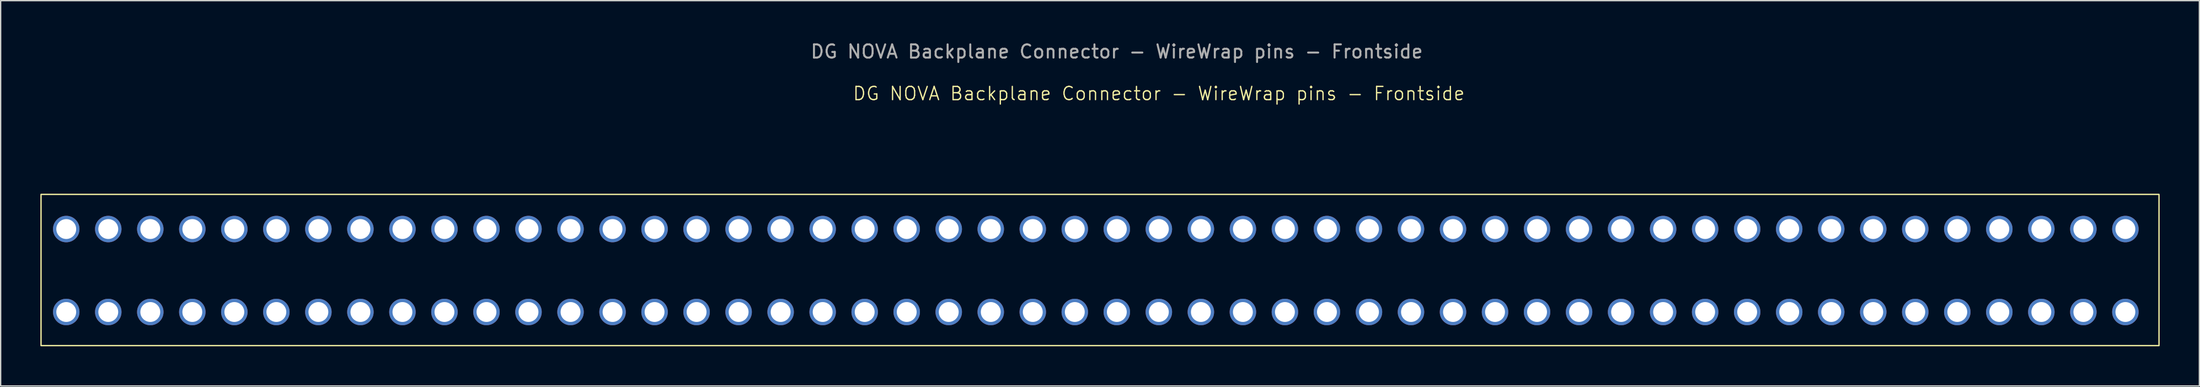
<source format=kicad_pcb>
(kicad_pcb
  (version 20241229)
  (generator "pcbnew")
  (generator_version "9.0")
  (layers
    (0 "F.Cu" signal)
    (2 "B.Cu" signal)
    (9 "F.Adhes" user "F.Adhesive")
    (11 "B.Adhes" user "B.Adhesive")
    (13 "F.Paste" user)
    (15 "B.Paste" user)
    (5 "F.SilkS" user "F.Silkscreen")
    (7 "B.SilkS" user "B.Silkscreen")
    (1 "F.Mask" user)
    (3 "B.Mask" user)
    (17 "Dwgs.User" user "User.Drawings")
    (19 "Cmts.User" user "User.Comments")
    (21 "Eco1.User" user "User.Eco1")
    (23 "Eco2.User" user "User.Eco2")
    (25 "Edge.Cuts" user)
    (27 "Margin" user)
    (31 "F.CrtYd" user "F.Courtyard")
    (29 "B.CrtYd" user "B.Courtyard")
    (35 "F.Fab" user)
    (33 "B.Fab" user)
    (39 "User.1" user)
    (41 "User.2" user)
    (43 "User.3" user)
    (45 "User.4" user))
  (footprint "DG NOVA Backplane Connector - WireWrap pins - Frontside"
    (layer "F.Cu")
    (at 80.33 17.438)
    (property "Reference" "DG NOVA Backplane Connector - WireWrap pins - Frontside" (at 4.175 -13.415 0) (unlocked yes) (layer "F.SilkS") (effects (font (size 1 1) (thickness 0.1))))
    (attr through_hole)
    (fp_rect (start 79.74 5.635) (end -80.28 -5.795) (stroke (width 0.1) (type default)) (fill no) (layer "F.SilkS"))
    (fp_text user "${REFERENCE}" (at 1 -16.59 0) (unlocked yes) (layer "F.Fab") (effects (font (size 1 1) (thickness 0.15))))
    (pad "1" thru_hole circle (at 77.2 -3.175 90) (size 2 2) (drill 1.5) (layers "*.Cu" "*.Mask"))
    (pad "2" thru_hole circle (at 77.2 3.095 90) (size 2 2) (drill 1.5) (layers "*.Cu" "*.Mask"))
    (pad "3" thru_hole circle (at 74.025 -3.175 90) (size 2 2) (drill 1.5) (layers "*.Cu" "*.Mask"))
    (pad "4" thru_hole circle (at 74.025 3.095 90) (size 2 2) (drill 1.5) (layers "*.Cu" "*.Mask"))
    (pad "5" thru_hole circle (at 70.85 -3.175 90) (size 2 2) (drill 1.5) (layers "*.Cu" "*.Mask"))
    (pad "6" thru_hole circle (at 70.85 3.095 90) (size 2 2) (drill 1.5) (layers "*.Cu" "*.Mask"))
    (pad "7" thru_hole circle (at 67.675 -3.175 90) (size 2 2) (drill 1.5) (layers "*.Cu" "*.Mask"))
    (pad "8" thru_hole circle (at 67.675 3.095 90) (size 2 2) (drill 1.5) (layers "*.Cu" "*.Mask"))
    (pad "9" thru_hole circle (at 64.5 -3.175 90) (size 2 2) (drill 1.5) (layers "*.Cu" "*.Mask"))
    (pad "10" thru_hole circle (at 64.5 3.095 90) (size 2 2) (drill 1.5) (layers "*.Cu" "*.Mask"))
    (pad "11" thru_hole circle (at 61.325 -3.175 90) (size 2 2) (drill 1.5) (layers "*.Cu" "*.Mask"))
    (pad "12" thru_hole circle (at 61.325 3.095 90) (size 2 2) (drill 1.5) (layers "*.Cu" "*.Mask"))
    (pad "13" thru_hole circle (at 58.15 -3.175 90) (size 2 2) (drill 1.5) (layers "*.Cu" "*.Mask"))
    (pad "14" thru_hole circle (at 58.15 3.095 90) (size 2 2) (drill 1.5) (layers "*.Cu" "*.Mask"))
    (pad "15" thru_hole circle (at 54.975 -3.175 90) (size 2 2) (drill 1.5) (layers "*.Cu" "*.Mask"))
    (pad "16" thru_hole circle (at 54.975 3.095 90) (size 2 2) (drill 1.5) (layers "*.Cu" "*.Mask"))
    (pad "17" thru_hole circle (at 51.8 -3.175 90) (size 2 2) (drill 1.5) (layers "*.Cu" "*.Mask"))
    (pad "18" thru_hole circle (at 51.8 3.095 90) (size 2 2) (drill 1.5) (layers "*.Cu" "*.Mask"))
    (pad "19" thru_hole circle (at 48.625 -3.175 90) (size 2 2) (drill 1.5) (layers "*.Cu" "*.Mask"))
    (pad "20" thru_hole circle (at 48.625 3.095 90) (size 2 2) (drill 1.5) (layers "*.Cu" "*.Mask"))
    (pad "21" thru_hole circle (at 45.45 -3.175 90) (size 2 2) (drill 1.5) (layers "*.Cu" "*.Mask"))
    (pad "22" thru_hole circle (at 45.45 3.095 90) (size 2 2) (drill 1.5) (layers "*.Cu" "*.Mask"))
    (pad "23" thru_hole circle (at 42.275 -3.175 90) (size 2 2) (drill 1.5) (layers "*.Cu" "*.Mask"))
    (pad "24" thru_hole circle (at 42.275 3.095 90) (size 2 2) (drill 1.5) (layers "*.Cu" "*.Mask"))
    (pad "25" thru_hole circle (at 39.1 -3.175 90) (size 2 2) (drill 1.5) (layers "*.Cu" "*.Mask"))
    (pad "26" thru_hole circle (at 39.1 3.095 90) (size 2 2) (drill 1.5) (layers "*.Cu" "*.Mask"))
    (pad "27" thru_hole circle (at 35.925 -3.175 90) (size 2 2) (drill 1.5) (layers "*.Cu" "*.Mask"))
    (pad "28" thru_hole circle (at 35.925 3.095 90) (size 2 2) (drill 1.5) (layers "*.Cu" "*.Mask"))
    (pad "29" thru_hole circle (at 32.75 -3.175 90) (size 2 2) (drill 1.5) (layers "*.Cu" "*.Mask"))
    (pad "30" thru_hole circle (at 32.75 3.095 90) (size 2 2) (drill 1.5) (layers "*.Cu" "*.Mask"))
    (pad "31" thru_hole circle (at 29.575 -3.175 90) (size 2 2) (drill 1.5) (layers "*.Cu" "*.Mask"))
    (pad "32" thru_hole circle (at 29.575 3.095 90) (size 2 2) (drill 1.5) (layers "*.Cu" "*.Mask"))
    (pad "33" thru_hole circle (at 26.4 -3.175 90) (size 2 2) (drill 1.5) (layers "*.Cu" "*.Mask"))
    (pad "34" thru_hole circle (at 26.4 3.095 90) (size 2 2) (drill 1.5) (layers "*.Cu" "*.Mask"))
    (pad "35" thru_hole circle (at 23.225 -3.175 90) (size 2 2) (drill 1.5) (layers "*.Cu" "*.Mask"))
    (pad "36" thru_hole circle (at 23.225 3.095 90) (size 2 2) (drill 1.5) (layers "*.Cu" "*.Mask"))
    (pad "37" thru_hole circle (at 20.05 -3.175 90) (size 2 2) (drill 1.5) (layers "*.Cu" "*.Mask"))
    (pad "38" thru_hole circle (at 20.05 3.095 90) (size 2 2) (drill 1.5) (layers "*.Cu" "*.Mask"))
    (pad "39" thru_hole circle (at 16.875 -3.175 90) (size 2 2) (drill 1.5) (layers "*.Cu" "*.Mask"))
    (pad "40" thru_hole circle (at 16.875 3.095 90) (size 2 2) (drill 1.5) (layers "*.Cu" "*.Mask"))
    (pad "41" thru_hole circle (at 13.7 -3.175 90) (size 2 2) (drill 1.5) (layers "*.Cu" "*.Mask"))
    (pad "42" thru_hole circle (at 13.7 3.095 90) (size 2 2) (drill 1.5) (layers "*.Cu" "*.Mask"))
    (pad "43" thru_hole circle (at 10.525 -3.175 90) (size 2 2) (drill 1.5) (layers "*.Cu" "*.Mask"))
    (pad "44" thru_hole circle (at 10.525 3.095 90) (size 2 2) (drill 1.5) (layers "*.Cu" "*.Mask"))
    (pad "45" thru_hole circle (at 7.35 -3.175 90) (size 2 2) (drill 1.5) (layers "*.Cu" "*.Mask"))
    (pad "46" thru_hole circle (at 7.35 3.095 90) (size 2 2) (drill 1.5) (layers "*.Cu" "*.Mask"))
    (pad "47" thru_hole circle (at 4.175 -3.175 90) (size 2 2) (drill 1.5) (layers "*.Cu" "*.Mask"))
    (pad "48" thru_hole circle (at 4.175 3.095 90) (size 2 2) (drill 1.5) (layers "*.Cu" "*.Mask"))
    (pad "49" thru_hole circle (at 1 -3.175 90) (size 2 2) (drill 1.5) (layers "*.Cu" "*.Mask"))
    (pad "50" thru_hole circle (at 1 3.095 90) (size 2 2) (drill 1.5) (layers "*.Cu" "*.Mask"))
    (pad "51" thru_hole circle (at -2.175 -3.175 90) (size 2 2) (drill 1.5) (layers "*.Cu" "*.Mask"))
    (pad "52" thru_hole circle (at -2.175 3.095 90) (size 2 2) (drill 1.5) (layers "*.Cu" "*.Mask"))
    (pad "53" thru_hole circle (at -5.35 -3.175 90) (size 2 2) (drill 1.5) (layers "*.Cu" "*.Mask"))
    (pad "54" thru_hole circle (at -5.35 3.095 90) (size 2 2) (drill 1.5) (layers "*.Cu" "*.Mask"))
    (pad "55" thru_hole circle (at -8.525 -3.175 90) (size 2 2) (drill 1.5) (layers "*.Cu" "*.Mask"))
    (pad "56" thru_hole circle (at -8.525 3.095 90) (size 2 2) (drill 1.5) (layers "*.Cu" "*.Mask"))
    (pad "57" thru_hole circle (at -11.7 -3.175 90) (size 2 2) (drill 1.5) (layers "*.Cu" "*.Mask"))
    (pad "58" thru_hole circle (at -11.7 3.095 90) (size 2 2) (drill 1.5) (layers "*.Cu" "*.Mask"))
    (pad "59" thru_hole circle (at -14.875 -3.175 90) (size 2 2) (drill 1.5) (layers "*.Cu" "*.Mask"))
    (pad "60" thru_hole circle (at -14.875 3.095 90) (size 2 2) (drill 1.5) (layers "*.Cu" "*.Mask"))
    (pad "61" thru_hole circle (at -18.05 -3.175 90) (size 2 2) (drill 1.5) (layers "*.Cu" "*.Mask"))
    (pad "62" thru_hole circle (at -18.05 3.095 90) (size 2 2) (drill 1.5) (layers "*.Cu" "*.Mask"))
    (pad "63" thru_hole circle (at -21.225 -3.175 90) (size 2 2) (drill 1.5) (layers "*.Cu" "*.Mask"))
    (pad "64" thru_hole circle (at -21.225 3.095 90) (size 2 2) (drill 1.5) (layers "*.Cu" "*.Mask"))
    (pad "65" thru_hole circle (at -24.4 -3.175 90) (size 2 2) (drill 1.5) (layers "*.Cu" "*.Mask"))
    (pad "66" thru_hole circle (at -24.4 3.095 90) (size 2 2) (drill 1.5) (layers "*.Cu" "*.Mask"))
    (pad "67" thru_hole circle (at -27.575 -3.175 90) (size 2 2) (drill 1.5) (layers "*.Cu" "*.Mask"))
    (pad "68" thru_hole circle (at -27.575 3.095 90) (size 2 2) (drill 1.5) (layers "*.Cu" "*.Mask"))
    (pad "69" thru_hole circle (at -30.75 -3.175 90) (size 2 2) (drill 1.5) (layers "*.Cu" "*.Mask"))
    (pad "70" thru_hole circle (at -30.75 3.095 90) (size 2 2) (drill 1.5) (layers "*.Cu" "*.Mask"))
    (pad "71" thru_hole circle (at -33.925 -3.175 90) (size 2 2) (drill 1.5) (layers "*.Cu" "*.Mask"))
    (pad "72" thru_hole circle (at -33.925 3.095 90) (size 2 2) (drill 1.5) (layers "*.Cu" "*.Mask"))
    (pad "73" thru_hole circle (at -37.1 -3.175 90) (size 2 2) (drill 1.5) (layers "*.Cu" "*.Mask"))
    (pad "74" thru_hole circle (at -37.1 3.095 90) (size 2 2) (drill 1.5) (layers "*.Cu" "*.Mask"))
    (pad "75" thru_hole circle (at -40.275 -3.175 90) (size 2 2) (drill 1.5) (layers "*.Cu" "*.Mask"))
    (pad "76" thru_hole circle (at -40.275 3.095 90) (size 2 2) (drill 1.5) (layers "*.Cu" "*.Mask"))
    (pad "77" thru_hole circle (at -43.45 -3.175 90) (size 2 2) (drill 1.5) (layers "*.Cu" "*.Mask"))
    (pad "78" thru_hole circle (at -43.45 3.095 90) (size 2 2) (drill 1.5) (layers "*.Cu" "*.Mask"))
    (pad "79" thru_hole circle (at -46.625 -3.175 90) (size 2 2) (drill 1.5) (layers "*.Cu" "*.Mask"))
    (pad "80" thru_hole circle (at -46.625 3.095 90) (size 2 2) (drill 1.5) (layers "*.Cu" "*.Mask"))
    (pad "81" thru_hole circle (at -49.8 -3.175 90) (size 2 2) (drill 1.5) (layers "*.Cu" "*.Mask"))
    (pad "82" thru_hole circle (at -49.8 3.095 90) (size 2 2) (drill 1.5) (layers "*.Cu" "*.Mask"))
    (pad "83" thru_hole circle (at -52.975 -3.175 90) (size 2 2) (drill 1.5) (layers "*.Cu" "*.Mask"))
    (pad "84" thru_hole circle (at -52.975 3.095 90) (size 2 2) (drill 1.5) (layers "*.Cu" "*.Mask"))
    (pad "85" thru_hole circle (at -56.15 -3.175 90) (size 2 2) (drill 1.5) (layers "*.Cu" "*.Mask"))
    (pad "86" thru_hole circle (at -56.15 3.095 90) (size 2 2) (drill 1.5) (layers "*.Cu" "*.Mask"))
    (pad "87" thru_hole circle (at -59.325 -3.175 90) (size 2 2) (drill 1.5) (layers "*.Cu" "*.Mask"))
    (pad "88" thru_hole circle (at -59.325 3.095 90) (size 2 2) (drill 1.5) (layers "*.Cu" "*.Mask"))
    (pad "89" thru_hole circle (at -62.5 -3.175 90) (size 2 2) (drill 1.5) (layers "*.Cu" "*.Mask"))
    (pad "90" thru_hole circle (at -62.5 3.095 90) (size 2 2) (drill 1.5) (layers "*.Cu" "*.Mask"))
    (pad "91" thru_hole circle (at -65.675 -3.175 90) (size 2 2) (drill 1.5) (layers "*.Cu" "*.Mask"))
    (pad "92" thru_hole circle (at -65.675 3.095 90) (size 2 2) (drill 1.5) (layers "*.Cu" "*.Mask"))
    (pad "93" thru_hole circle (at -68.85 -3.175 90) (size 2 2) (drill 1.5) (layers "*.Cu" "*.Mask"))
    (pad "94" thru_hole circle (at -68.85 3.095 90) (size 2 2) (drill 1.5) (layers "*.Cu" "*.Mask"))
    (pad "95" thru_hole circle (at -72.025 -3.175 90) (size 2 2) (drill 1.5) (layers "*.Cu" "*.Mask"))
    (pad "96" thru_hole circle (at -72.025 3.095 90) (size 2 2) (drill 1.5) (layers "*.Cu" "*.Mask"))
    (pad "97" thru_hole circle (at -75.2 -3.175 90) (size 2 2) (drill 1.5) (layers "*.Cu" "*.Mask"))
    (pad "98" thru_hole circle (at -75.2 3.095 90) (size 2 2) (drill 1.5) (layers "*.Cu" "*.Mask"))
    (pad "99" thru_hole circle (at -78.375 -3.175 90) (size 2 2) (drill 1.5) (layers "*.Cu" "*.Mask"))
    (pad "100" thru_hole circle (at -78.375 3.095 90) (size 2 2) (drill 1.5) (layers "*.Cu" "*.Mask")))
  (gr_rect
    (start -3 -3)
    (end 163.12 26.123)
    (stroke (width 0.1) (type default))
    (fill no)
    (layer "Edge.Cuts")))
</source>
